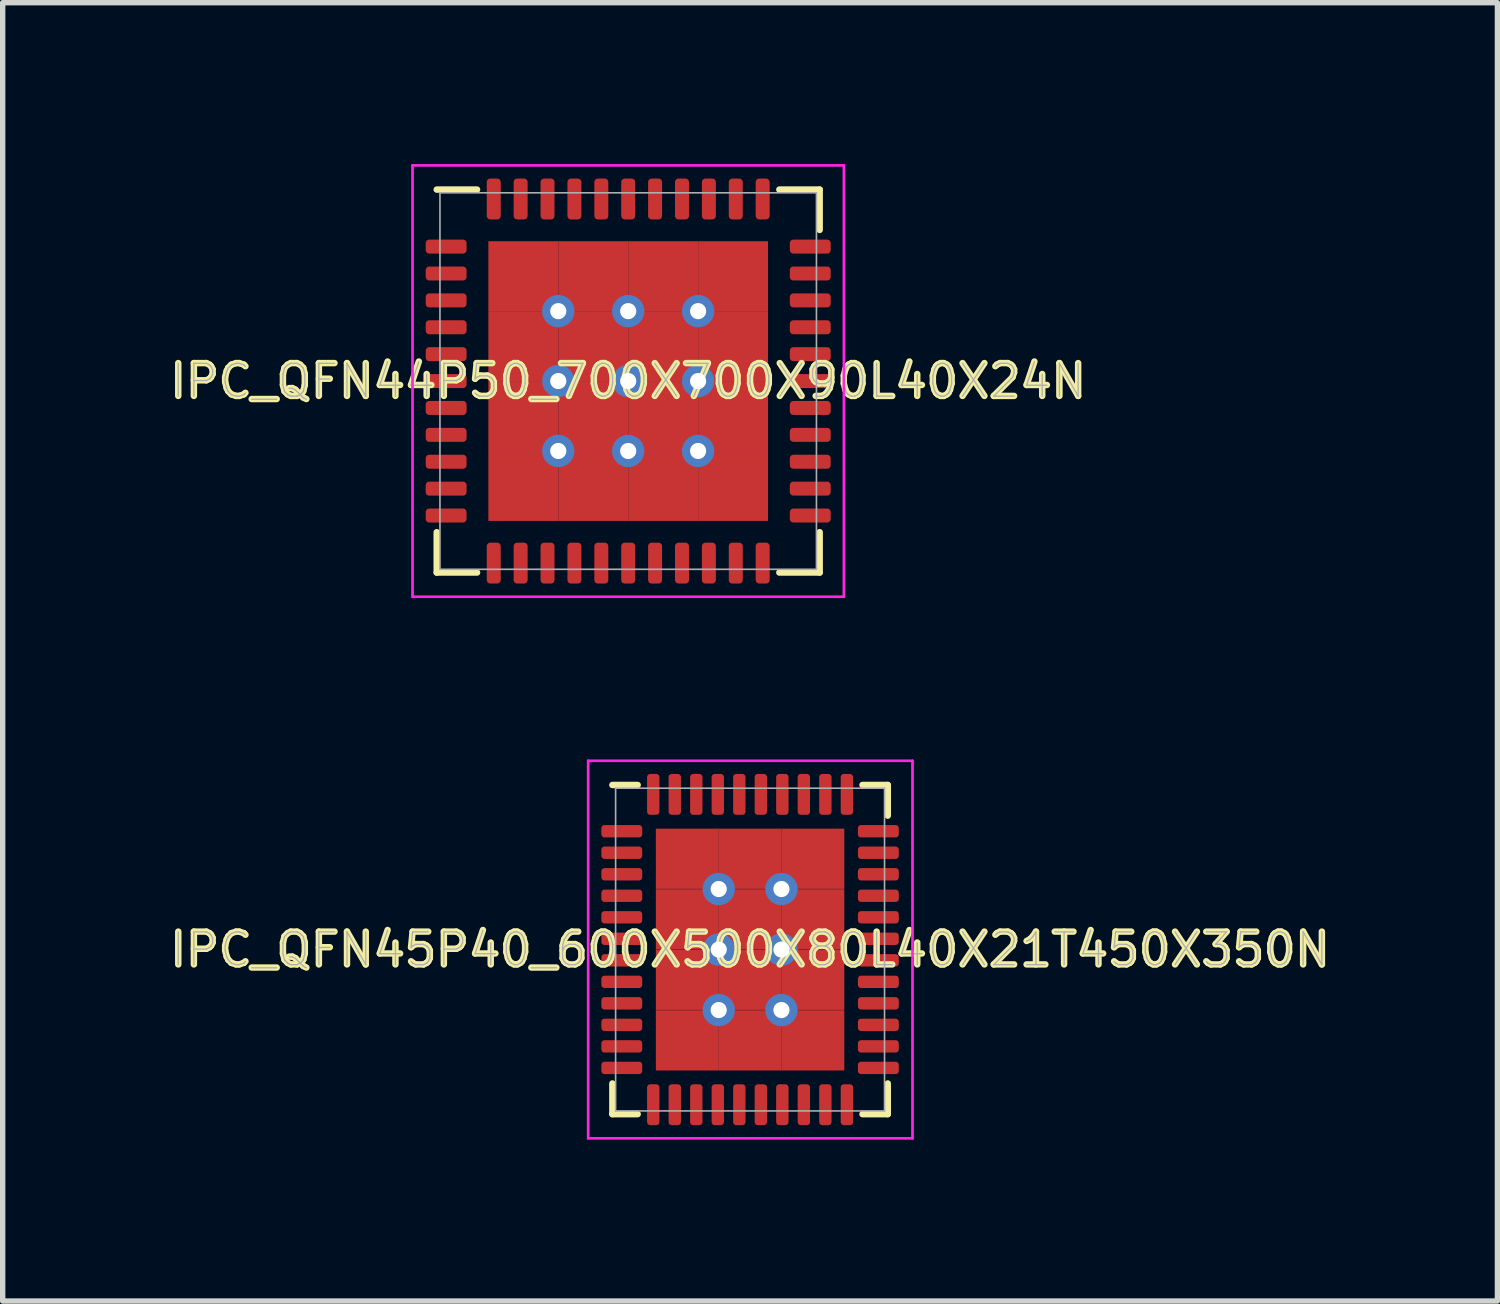
<source format=kicad_pcb>
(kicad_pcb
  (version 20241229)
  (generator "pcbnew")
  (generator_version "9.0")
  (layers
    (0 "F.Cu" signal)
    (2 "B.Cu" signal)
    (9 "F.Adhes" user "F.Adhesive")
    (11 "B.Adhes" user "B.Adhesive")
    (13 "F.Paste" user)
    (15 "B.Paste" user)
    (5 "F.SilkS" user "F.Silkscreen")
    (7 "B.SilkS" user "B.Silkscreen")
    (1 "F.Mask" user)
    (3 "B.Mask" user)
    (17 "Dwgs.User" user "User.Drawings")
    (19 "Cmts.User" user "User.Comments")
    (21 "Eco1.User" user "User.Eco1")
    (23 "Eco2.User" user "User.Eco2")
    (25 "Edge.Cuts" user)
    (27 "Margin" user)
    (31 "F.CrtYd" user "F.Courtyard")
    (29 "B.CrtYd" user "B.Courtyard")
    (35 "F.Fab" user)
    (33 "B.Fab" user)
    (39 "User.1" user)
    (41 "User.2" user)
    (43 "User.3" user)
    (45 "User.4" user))
  (footprint "IPC_QFN44P50_700X700X90L40X24N"
    (layer "F.Cu")
    (at 8.63 4.035)
    (property "Reference" "IPC_QFN44P50_700X700X90L40X24N" (at 0 0 0) (layer "F.SilkS") (effects (font (size 0.61 0.61) (thickness 0.12))))
    (attr smd)
    (fp_line (start -3.56 2.81) (end -3.56 3.56) (stroke (width 0.12) (type solid)) (layer "F.SilkS"))
    (fp_line (start -3.56 3.56) (end -2.81 3.56) (stroke (width 0.12) (type solid)) (layer "F.SilkS"))
    (fp_line (start -2.81 -3.56) (end -3.56 -3.56) (stroke (width 0.12) (type solid)) (layer "F.SilkS"))
    (fp_line (start 2.81 3.56) (end 3.56 3.56) (stroke (width 0.12) (type solid)) (layer "F.SilkS"))
    (fp_line (start 3.56 -3.56) (end 2.81 -3.56) (stroke (width 0.12) (type solid)) (layer "F.SilkS"))
    (fp_line (start 3.56 -2.81) (end 3.56 -3.56) (stroke (width 0.12) (type solid)) (layer "F.SilkS"))
    (fp_line (start 3.56 3.56) (end 3.56 2.81) (stroke (width 0.12) (type solid)) (layer "F.SilkS"))
    (fp_line (start -4.01 -4.01) (end 4.01 -4.01) (stroke (width 0.05) (type solid)) (layer "F.CrtYd"))
    (fp_line (start -4.01 4.01) (end -4.01 -4.01) (stroke (width 0.05) (type solid)) (layer "F.CrtYd"))
    (fp_line (start 4.01 -4.01) (end 4.01 4.01) (stroke (width 0.05) (type solid)) (layer "F.CrtYd"))
    (fp_line (start 4.01 4.01) (end -4.01 4.01) (stroke (width 0.05) (type solid)) (layer "F.CrtYd"))
    (fp_line (start -3.5 -3.5) (end 3.5 -3.5) (stroke (width 0.03) (type solid)) (layer "F.Fab"))
    (fp_line (start -3.5 3.5) (end -3.5 -3.5) (stroke (width 0.03) (type solid)) (layer "F.Fab"))
    (fp_line (start 3.5 -3.5) (end 3.5 3.5) (stroke (width 0.03) (type solid)) (layer "F.Fab"))
    (fp_line (start 3.5 3.5) (end -3.5 3.5) (stroke (width 0.03) (type solid)) (layer "F.Fab"))
    (fp_text user "${REFERENCE}" (at 0 0 0) (layer "F.Fab") (effects (font (size 0.61 0.61) (thickness 0.025))))
    (pad "1" smd roundrect (at -3.385 -2.5 270) (size 0.26 0.76) (layers "F.Cu" "F.Mask" "F.Paste") (roundrect_rratio 0.25))
    (pad "2" smd roundrect (at -3.385 -2 270) (size 0.26 0.76) (layers "F.Cu" "F.Mask" "F.Paste") (roundrect_rratio 0.25))
    (pad "3" smd roundrect (at -3.385 -1.5 270) (size 0.26 0.76) (layers "F.Cu" "F.Mask" "F.Paste") (roundrect_rratio 0.25))
    (pad "4" smd roundrect (at -3.385 -1 270) (size 0.26 0.76) (layers "F.Cu" "F.Mask" "F.Paste") (roundrect_rratio 0.25))
    (pad "5" smd roundrect (at -3.385 -0.5 270) (size 0.26 0.76) (layers "F.Cu" "F.Mask" "F.Paste") (roundrect_rratio 0.25))
    (pad "6" smd roundrect (at -3.385 0 270) (size 0.26 0.76) (layers "F.Cu" "F.Mask" "F.Paste") (roundrect_rratio 0.25))
    (pad "7" smd roundrect (at -3.385 0.5 270) (size 0.26 0.76) (layers "F.Cu" "F.Mask" "F.Paste") (roundrect_rratio 0.25))
    (pad "8" smd roundrect (at -3.385 1 270) (size 0.26 0.76) (layers "F.Cu" "F.Mask" "F.Paste") (roundrect_rratio 0.25))
    (pad "9" smd roundrect (at -3.385 1.5 270) (size 0.26 0.76) (layers "F.Cu" "F.Mask" "F.Paste") (roundrect_rratio 0.25))
    (pad "10" smd roundrect (at -3.385 2 270) (size 0.26 0.76) (layers "F.Cu" "F.Mask" "F.Paste") (roundrect_rratio 0.25))
    (pad "11" smd roundrect (at -3.385 2.5 270) (size 0.26 0.76) (layers "F.Cu" "F.Mask" "F.Paste") (roundrect_rratio 0.25))
    (pad "12" smd roundrect (at -2.5 3.385) (size 0.26 0.76) (layers "F.Cu" "F.Mask" "F.Paste") (roundrect_rratio 0.25))
    (pad "13" smd roundrect (at -2 3.385) (size 0.26 0.76) (layers "F.Cu" "F.Mask" "F.Paste") (roundrect_rratio 0.25))
    (pad "14" smd roundrect (at -1.5 3.385) (size 0.26 0.76) (layers "F.Cu" "F.Mask" "F.Paste") (roundrect_rratio 0.25))
    (pad "15" smd roundrect (at -1 3.385) (size 0.26 0.76) (layers "F.Cu" "F.Mask" "F.Paste") (roundrect_rratio 0.25))
    (pad "16" smd roundrect (at -0.5 3.385) (size 0.26 0.76) (layers "F.Cu" "F.Mask" "F.Paste") (roundrect_rratio 0.25))
    (pad "17" smd roundrect (at 0 3.385) (size 0.26 0.76) (layers "F.Cu" "F.Mask" "F.Paste") (roundrect_rratio 0.25))
    (pad "18" smd roundrect (at 0.5 3.385) (size 0.26 0.76) (layers "F.Cu" "F.Mask" "F.Paste") (roundrect_rratio 0.25))
    (pad "19" smd roundrect (at 1 3.385) (size 0.26 0.76) (layers "F.Cu" "F.Mask" "F.Paste") (roundrect_rratio 0.25))
    (pad "20" smd roundrect (at 1.5 3.385) (size 0.26 0.76) (layers "F.Cu" "F.Mask" "F.Paste") (roundrect_rratio 0.25))
    (pad "21" smd roundrect (at 2 3.385) (size 0.26 0.76) (layers "F.Cu" "F.Mask" "F.Paste") (roundrect_rratio 0.25))
    (pad "22" smd roundrect (at 2.5 3.385) (size 0.26 0.76) (layers "F.Cu" "F.Mask" "F.Paste") (roundrect_rratio 0.25))
    (pad "23" smd roundrect (at 3.385 2.5 90) (size 0.26 0.76) (layers "F.Cu" "F.Mask" "F.Paste") (roundrect_rratio 0.25))
    (pad "24" smd roundrect (at 3.385 2 90) (size 0.26 0.76) (layers "F.Cu" "F.Mask" "F.Paste") (roundrect_rratio 0.25))
    (pad "25" smd roundrect (at 3.385 1.5 90) (size 0.26 0.76) (layers "F.Cu" "F.Mask" "F.Paste") (roundrect_rratio 0.25))
    (pad "26" smd roundrect (at 3.385 1 90) (size 0.26 0.76) (layers "F.Cu" "F.Mask" "F.Paste") (roundrect_rratio 0.25))
    (pad "27" smd roundrect (at 3.385 0.5 90) (size 0.26 0.76) (layers "F.Cu" "F.Mask" "F.Paste") (roundrect_rratio 0.25))
    (pad "28" smd roundrect (at 3.385 0 90) (size 0.26 0.76) (layers "F.Cu" "F.Mask" "F.Paste") (roundrect_rratio 0.25))
    (pad "29" smd roundrect (at 3.385 -0.5 90) (size 0.26 0.76) (layers "F.Cu" "F.Mask" "F.Paste") (roundrect_rratio 0.25))
    (pad "30" smd roundrect (at 3.385 -1 90) (size 0.26 0.76) (layers "F.Cu" "F.Mask" "F.Paste") (roundrect_rratio 0.25))
    (pad "31" smd roundrect (at 3.385 -1.5 90) (size 0.26 0.76) (layers "F.Cu" "F.Mask" "F.Paste") (roundrect_rratio 0.25))
    (pad "32" smd roundrect (at 3.385 -2 90) (size 0.26 0.76) (layers "F.Cu" "F.Mask" "F.Paste") (roundrect_rratio 0.25))
    (pad "33" smd roundrect (at 3.385 -2.5 90) (size 0.26 0.76) (layers "F.Cu" "F.Mask" "F.Paste") (roundrect_rratio 0.25))
    (pad "34" smd roundrect (at 2.5 -3.385 180) (size 0.26 0.76) (layers "F.Cu" "F.Mask" "F.Paste") (roundrect_rratio 0.25))
    (pad "35" smd roundrect (at 2 -3.385 180) (size 0.26 0.76) (layers "F.Cu" "F.Mask" "F.Paste") (roundrect_rratio 0.25))
    (pad "36" smd roundrect (at 1.5 -3.385 180) (size 0.26 0.76) (layers "F.Cu" "F.Mask" "F.Paste") (roundrect_rratio 0.25))
    (pad "37" smd roundrect (at 1 -3.385 180) (size 0.26 0.76) (layers "F.Cu" "F.Mask" "F.Paste") (roundrect_rratio 0.25))
    (pad "38" smd roundrect (at 0.5 -3.385 180) (size 0.26 0.76) (layers "F.Cu" "F.Mask" "F.Paste") (roundrect_rratio 0.25))
    (pad "39" smd roundrect (at 0 -3.385 180) (size 0.26 0.76) (layers "F.Cu" "F.Mask" "F.Paste") (roundrect_rratio 0.25))
    (pad "40" smd roundrect (at -0.5 -3.385 180) (size 0.26 0.76) (layers "F.Cu" "F.Mask" "F.Paste") (roundrect_rratio 0.25))
    (pad "41" smd roundrect (at -1 -3.385 180) (size 0.26 0.76) (layers "F.Cu" "F.Mask" "F.Paste") (roundrect_rratio 0.25))
    (pad "42" smd roundrect (at -1.5 -3.385 180) (size 0.26 0.76) (layers "F.Cu" "F.Mask" "F.Paste") (roundrect_rratio 0.25))
    (pad "43" smd roundrect (at -2 -3.385 180) (size 0.26 0.76) (layers "F.Cu" "F.Mask" "F.Paste") (roundrect_rratio 0.25))
    (pad "44" smd roundrect (at -2.5 -3.385 180) (size 0.26 0.76) (layers "F.Cu" "F.Mask" "F.Paste") (roundrect_rratio 0.25))
    (pad "45" smd rect (at -1.95 -1.95) (size 1.3 1.3) (layers "F.Cu" "F.Mask" "F.Paste"))
    (pad "45" smd rect (at -1.95 -0.65) (size 1.3 1.3) (layers "F.Cu" "F.Mask" "F.Paste"))
    (pad "45" smd rect (at -1.95 0.65) (size 1.3 1.3) (layers "F.Cu" "F.Mask" "F.Paste"))
    (pad "45" smd rect (at -1.95 1.95) (size 1.3 1.3) (layers "F.Cu" "F.Mask" "F.Paste"))
    (pad "45" thru_hole circle (at -1.3 -1.3) (size 0.6 0.6) (drill 0.3) (layers "*.Cu"))
    (pad "45" thru_hole circle (at -1.3 0) (size 0.6 0.6) (drill 0.3) (layers "*.Cu"))
    (pad "45" thru_hole circle (at -1.3 1.3) (size 0.6 0.6) (drill 0.3) (layers "*.Cu"))
    (pad "45" smd rect (at -0.65 -1.95) (size 1.3 1.3) (layers "F.Cu" "F.Mask" "F.Paste"))
    (pad "45" smd rect (at -0.65 -0.65) (size 1.3 1.3) (layers "F.Cu" "F.Mask" "F.Paste"))
    (pad "45" smd rect (at -0.65 0.65) (size 1.3 1.3) (layers "F.Cu" "F.Mask" "F.Paste"))
    (pad "45" smd rect (at -0.65 1.95) (size 1.3 1.3) (layers "F.Cu" "F.Mask" "F.Paste"))
    (pad "45" thru_hole circle (at 0 -1.3) (size 0.6 0.6) (drill 0.3) (layers "*.Cu"))
    (pad "45" thru_hole circle (at 0 0) (size 0.6 0.6) (drill 0.3) (layers "*.Cu"))
    (pad "45" thru_hole circle (at 0 1.3) (size 0.6 0.6) (drill 0.3) (layers "*.Cu"))
    (pad "45" smd rect (at 0.65 -1.95) (size 1.3 1.3) (layers "F.Cu" "F.Mask" "F.Paste"))
    (pad "45" smd rect (at 0.65 -0.65) (size 1.3 1.3) (layers "F.Cu" "F.Mask" "F.Paste"))
    (pad "45" smd rect (at 0.65 0.65) (size 1.3 1.3) (layers "F.Cu" "F.Mask" "F.Paste"))
    (pad "45" smd rect (at 0.65 1.95) (size 1.3 1.3) (layers "F.Cu" "F.Mask" "F.Paste"))
    (pad "45" thru_hole circle (at 1.3 -1.3) (size 0.6 0.6) (drill 0.3) (layers "*.Cu"))
    (pad "45" thru_hole circle (at 1.3 0) (size 0.6 0.6) (drill 0.3) (layers "*.Cu"))
    (pad "45" thru_hole circle (at 1.3 1.3) (size 0.6 0.6) (drill 0.3) (layers "*.Cu"))
    (pad "45" smd rect (at 1.95 -1.95) (size 1.3 1.3) (layers "F.Cu" "F.Mask" "F.Paste"))
    (pad "45" smd rect (at 1.95 -0.65) (size 1.3 1.3) (layers "F.Cu" "F.Mask" "F.Paste"))
    (pad "45" smd rect (at 1.95 0.65) (size 1.3 1.3) (layers "F.Cu" "F.Mask" "F.Paste"))
    (pad "45" smd rect (at 1.95 1.95) (size 1.3 1.3) (layers "F.Cu" "F.Mask" "F.Paste")))
  (footprint "IPC_QFN45P40_600X500X80L40X21T450X350N"
    (layer "F.Cu")
    (at 10.896 14.605)
    (property "Reference" "IPC_QFN45P40_600X500X80L40X21T450X350N" (at 0 0 0) (layer "F.SilkS") (effects (font (size 0.61 0.61) (thickness 0.12))))
    (attr smd)
    (fp_line (start -2.56 2.49) (end -2.56 3.06) (stroke (width 0.12) (type solid)) (layer "F.SilkS"))
    (fp_line (start -2.56 3.06) (end -2.09 3.06) (stroke (width 0.12) (type solid)) (layer "F.SilkS"))
    (fp_line (start -2.09 -3.06) (end -2.56 -3.06) (stroke (width 0.12) (type solid)) (layer "F.SilkS"))
    (fp_line (start 2.09 3.06) (end 2.56 3.06) (stroke (width 0.12) (type solid)) (layer "F.SilkS"))
    (fp_line (start 2.56 -3.06) (end 2.09 -3.06) (stroke (width 0.12) (type solid)) (layer "F.SilkS"))
    (fp_line (start 2.56 -2.49) (end 2.56 -3.06) (stroke (width 0.12) (type solid)) (layer "F.SilkS"))
    (fp_line (start 2.56 3.06) (end 2.56 2.49) (stroke (width 0.12) (type solid)) (layer "F.SilkS"))
    (fp_line (start -3.01 -3.51) (end 3.02 -3.51) (stroke (width 0.05) (type solid)) (layer "F.CrtYd"))
    (fp_line (start -3.01 3.51) (end -3.01 -3.51) (stroke (width 0.05) (type solid)) (layer "F.CrtYd"))
    (fp_line (start 3.02 -3.51) (end 3.02 3.51) (stroke (width 0.05) (type solid)) (layer "F.CrtYd"))
    (fp_line (start 3.02 3.51) (end -3.01 3.51) (stroke (width 0.05) (type solid)) (layer "F.CrtYd"))
    (fp_line (start -2.5 -3) (end 2.5 -3) (stroke (width 0.03) (type solid)) (layer "F.Fab"))
    (fp_line (start -2.5 3) (end -2.5 -3) (stroke (width 0.03) (type solid)) (layer "F.Fab"))
    (fp_line (start 2.5 -3) (end 2.5 3) (stroke (width 0.03) (type solid)) (layer "F.Fab"))
    (fp_line (start 2.5 3) (end -2.5 3) (stroke (width 0.03) (type solid)) (layer "F.Fab"))
    (fp_text user "${REFERENCE}" (at 0 0 0) (layer "F.Fab") (effects (font (size 0.61 0.61) (thickness 0.025))))
    (pad "1" smd roundrect (at -2.385 -2.2 270) (size 0.23 0.76) (layers "F.Cu" "F.Mask" "F.Paste") (roundrect_rratio 0.25))
    (pad "2" smd roundrect (at -2.385 -1.8 270) (size 0.23 0.76) (layers "F.Cu" "F.Mask" "F.Paste") (roundrect_rratio 0.25))
    (pad "3" smd roundrect (at -2.385 -1.4 270) (size 0.23 0.76) (layers "F.Cu" "F.Mask" "F.Paste") (roundrect_rratio 0.25))
    (pad "4" smd roundrect (at -2.385 -1 270) (size 0.23 0.76) (layers "F.Cu" "F.Mask" "F.Paste") (roundrect_rratio 0.25))
    (pad "5" smd roundrect (at -2.385 -0.6 270) (size 0.23 0.76) (layers "F.Cu" "F.Mask" "F.Paste") (roundrect_rratio 0.25))
    (pad "6" smd roundrect (at -2.385 -0.2 270) (size 0.23 0.76) (layers "F.Cu" "F.Mask" "F.Paste") (roundrect_rratio 0.25))
    (pad "7" smd roundrect (at -2.385 0.2 270) (size 0.23 0.76) (layers "F.Cu" "F.Mask" "F.Paste") (roundrect_rratio 0.25))
    (pad "8" smd roundrect (at -2.385 0.6 270) (size 0.23 0.76) (layers "F.Cu" "F.Mask" "F.Paste") (roundrect_rratio 0.25))
    (pad "9" smd roundrect (at -2.385 1 270) (size 0.23 0.76) (layers "F.Cu" "F.Mask" "F.Paste") (roundrect_rratio 0.25))
    (pad "10" smd roundrect (at -2.385 1.4 270) (size 0.23 0.76) (layers "F.Cu" "F.Mask" "F.Paste") (roundrect_rratio 0.25))
    (pad "11" smd roundrect (at -2.385 1.8 270) (size 0.23 0.76) (layers "F.Cu" "F.Mask" "F.Paste") (roundrect_rratio 0.25))
    (pad "12" smd roundrect (at -2.385 2.2 270) (size 0.23 0.76) (layers "F.Cu" "F.Mask" "F.Paste") (roundrect_rratio 0.25))
    (pad "13" smd roundrect (at -1.8 2.885) (size 0.23 0.76) (layers "F.Cu" "F.Mask" "F.Paste") (roundrect_rratio 0.25))
    (pad "14" smd roundrect (at -1.4 2.885) (size 0.23 0.76) (layers "F.Cu" "F.Mask" "F.Paste") (roundrect_rratio 0.25))
    (pad "15" smd roundrect (at -1 2.885) (size 0.23 0.76) (layers "F.Cu" "F.Mask" "F.Paste") (roundrect_rratio 0.25))
    (pad "16" smd roundrect (at -0.6 2.885) (size 0.23 0.76) (layers "F.Cu" "F.Mask" "F.Paste") (roundrect_rratio 0.25))
    (pad "17" smd roundrect (at -0.2 2.885) (size 0.23 0.76) (layers "F.Cu" "F.Mask" "F.Paste") (roundrect_rratio 0.25))
    (pad "18" smd roundrect (at 0.2 2.885) (size 0.23 0.76) (layers "F.Cu" "F.Mask" "F.Paste") (roundrect_rratio 0.25))
    (pad "19" smd roundrect (at 0.6 2.885) (size 0.23 0.76) (layers "F.Cu" "F.Mask" "F.Paste") (roundrect_rratio 0.25))
    (pad "20" smd roundrect (at 1 2.885) (size 0.23 0.76) (layers "F.Cu" "F.Mask" "F.Paste") (roundrect_rratio 0.25))
    (pad "21" smd roundrect (at 1.4 2.885) (size 0.23 0.76) (layers "F.Cu" "F.Mask" "F.Paste") (roundrect_rratio 0.25))
    (pad "22" smd roundrect (at 1.8 2.885) (size 0.23 0.76) (layers "F.Cu" "F.Mask" "F.Paste") (roundrect_rratio 0.25))
    (pad "23" smd roundrect (at 2.385 2.2 90) (size 0.23 0.76) (layers "F.Cu" "F.Mask" "F.Paste") (roundrect_rratio 0.25))
    (pad "24" smd roundrect (at 2.385 1.8 90) (size 0.23 0.76) (layers "F.Cu" "F.Mask" "F.Paste") (roundrect_rratio 0.25))
    (pad "25" smd roundrect (at 2.385 1.4 90) (size 0.23 0.76) (layers "F.Cu" "F.Mask" "F.Paste") (roundrect_rratio 0.25))
    (pad "26" smd roundrect (at 2.385 1 90) (size 0.23 0.76) (layers "F.Cu" "F.Mask" "F.Paste") (roundrect_rratio 0.25))
    (pad "27" smd roundrect (at 2.385 0.6 90) (size 0.23 0.76) (layers "F.Cu" "F.Mask" "F.Paste") (roundrect_rratio 0.25))
    (pad "28" smd roundrect (at 2.385 0.2 90) (size 0.23 0.76) (layers "F.Cu" "F.Mask" "F.Paste") (roundrect_rratio 0.25))
    (pad "29" smd roundrect (at 2.385 -0.2 90) (size 0.23 0.76) (layers "F.Cu" "F.Mask" "F.Paste") (roundrect_rratio 0.25))
    (pad "30" smd roundrect (at 2.385 -0.6 90) (size 0.23 0.76) (layers "F.Cu" "F.Mask" "F.Paste") (roundrect_rratio 0.25))
    (pad "31" smd roundrect (at 2.385 -1 90) (size 0.23 0.76) (layers "F.Cu" "F.Mask" "F.Paste") (roundrect_rratio 0.25))
    (pad "32" smd roundrect (at 2.385 -1.4 90) (size 0.23 0.76) (layers "F.Cu" "F.Mask" "F.Paste") (roundrect_rratio 0.25))
    (pad "33" smd roundrect (at 2.385 -1.8 90) (size 0.23 0.76) (layers "F.Cu" "F.Mask" "F.Paste") (roundrect_rratio 0.25))
    (pad "34" smd roundrect (at 2.385 -2.2 90) (size 0.23 0.76) (layers "F.Cu" "F.Mask" "F.Paste") (roundrect_rratio 0.25))
    (pad "35" smd roundrect (at 1.8 -2.885 180) (size 0.23 0.76) (layers "F.Cu" "F.Mask" "F.Paste") (roundrect_rratio 0.25))
    (pad "36" smd roundrect (at 1.4 -2.885 180) (size 0.23 0.76) (layers "F.Cu" "F.Mask" "F.Paste") (roundrect_rratio 0.25))
    (pad "37" smd roundrect (at 1 -2.885 180) (size 0.23 0.76) (layers "F.Cu" "F.Mask" "F.Paste") (roundrect_rratio 0.25))
    (pad "38" smd roundrect (at 0.6 -2.885 180) (size 0.23 0.76) (layers "F.Cu" "F.Mask" "F.Paste") (roundrect_rratio 0.25))
    (pad "39" smd roundrect (at 0.2 -2.885 180) (size 0.23 0.76) (layers "F.Cu" "F.Mask" "F.Paste") (roundrect_rratio 0.25))
    (pad "40" smd roundrect (at -0.2 -2.885 180) (size 0.23 0.76) (layers "F.Cu" "F.Mask" "F.Paste") (roundrect_rratio 0.25))
    (pad "41" smd roundrect (at -0.6 -2.885 180) (size 0.23 0.76) (layers "F.Cu" "F.Mask" "F.Paste") (roundrect_rratio 0.25))
    (pad "42" smd roundrect (at -1 -2.885 180) (size 0.23 0.76) (layers "F.Cu" "F.Mask" "F.Paste") (roundrect_rratio 0.25))
    (pad "43" smd roundrect (at -1.4 -2.885 180) (size 0.23 0.76) (layers "F.Cu" "F.Mask" "F.Paste") (roundrect_rratio 0.25))
    (pad "44" smd roundrect (at -1.8 -2.885 180) (size 0.23 0.76) (layers "F.Cu" "F.Mask" "F.Paste") (roundrect_rratio 0.25))
    (pad "45" smd rect (at -1.167 -1.688) (size 1.17 1.12) (layers "F.Cu" "F.Mask" "F.Paste"))
    (pad "45" smd rect (at -1.167 -0.562) (size 1.17 1.12) (layers "F.Cu" "F.Mask" "F.Paste"))
    (pad "45" smd rect (at -1.167 0.562) (size 1.17 1.12) (layers "F.Cu" "F.Mask" "F.Paste"))
    (pad "45" smd rect (at -1.167 1.688) (size 1.17 1.12) (layers "F.Cu" "F.Mask" "F.Paste"))
    (pad "45" thru_hole circle (at -0.583 -1.125) (size 0.6 0.6) (drill 0.3) (layers "*.Cu"))
    (pad "45" thru_hole circle (at -0.583 0) (size 0.6 0.6) (drill 0.3) (layers "*.Cu"))
    (pad "45" thru_hole circle (at -0.583 1.125) (size 0.6 0.6) (drill 0.3) (layers "*.Cu"))
    (pad "45" smd rect (at 0 -1.688) (size 1.17 1.12) (layers "F.Cu" "F.Mask" "F.Paste"))
    (pad "45" smd rect (at 0 -0.562) (size 1.17 1.12) (layers "F.Cu" "F.Mask" "F.Paste"))
    (pad "45" smd rect (at 0 0.562) (size 1.17 1.12) (layers "F.Cu" "F.Mask" "F.Paste"))
    (pad "45" smd rect (at 0 1.688) (size 1.17 1.12) (layers "F.Cu" "F.Mask" "F.Paste"))
    (pad "45" thru_hole circle (at 0.583 -1.125) (size 0.6 0.6) (drill 0.3) (layers "*.Cu"))
    (pad "45" thru_hole circle (at 0.583 0) (size 0.6 0.6) (drill 0.3) (layers "*.Cu"))
    (pad "45" thru_hole circle (at 0.583 1.125) (size 0.6 0.6) (drill 0.3) (layers "*.Cu"))
    (pad "45" smd rect (at 1.167 -1.688) (size 1.17 1.12) (layers "F.Cu" "F.Mask" "F.Paste"))
    (pad "45" smd rect (at 1.167 -0.562) (size 1.17 1.12) (layers "F.Cu" "F.Mask" "F.Paste"))
    (pad "45" smd rect (at 1.167 0.562) (size 1.17 1.12) (layers "F.Cu" "F.Mask" "F.Paste"))
    (pad "45" smd rect (at 1.167 1.688) (size 1.17 1.12) (layers "F.Cu" "F.Mask" "F.Paste")))
  (gr_rect
    (start -3 -3)
    (end 24.791 21.14)
    (stroke (width 0.1) (type default))
    (fill no)
    (layer "Edge.Cuts")))
</source>
